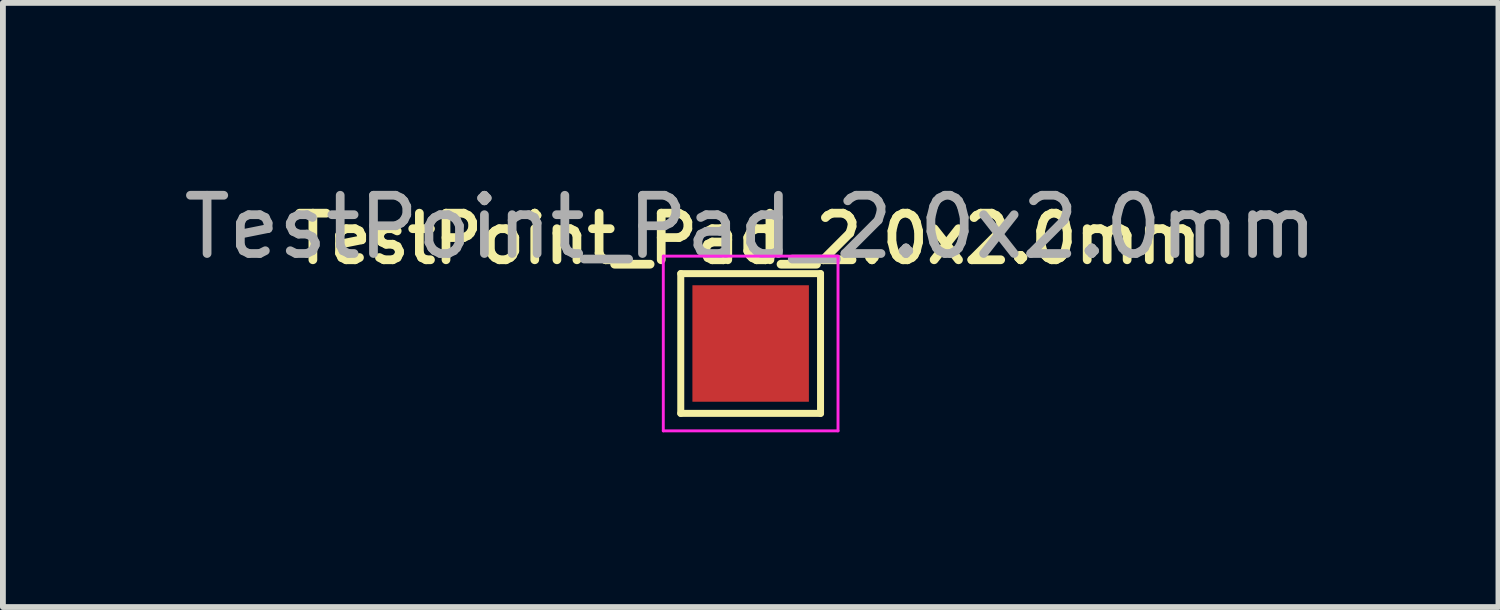
<source format=kicad_pcb>
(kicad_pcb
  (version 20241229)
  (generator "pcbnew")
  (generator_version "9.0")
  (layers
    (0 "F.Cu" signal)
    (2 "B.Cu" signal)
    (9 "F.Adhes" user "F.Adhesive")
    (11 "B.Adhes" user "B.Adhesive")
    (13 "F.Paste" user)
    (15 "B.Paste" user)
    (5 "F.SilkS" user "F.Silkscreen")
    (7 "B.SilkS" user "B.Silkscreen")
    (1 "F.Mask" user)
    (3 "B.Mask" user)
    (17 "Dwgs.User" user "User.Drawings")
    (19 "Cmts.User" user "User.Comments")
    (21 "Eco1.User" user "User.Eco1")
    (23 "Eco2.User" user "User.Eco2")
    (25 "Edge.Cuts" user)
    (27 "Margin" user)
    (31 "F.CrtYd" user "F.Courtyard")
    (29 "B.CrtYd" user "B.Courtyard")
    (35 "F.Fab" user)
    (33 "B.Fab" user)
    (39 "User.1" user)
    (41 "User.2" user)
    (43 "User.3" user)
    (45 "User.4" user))
  (footprint "TestPoint_Pad_2.0x2.0mm"
    (layer "F.Cu")
    (at 9.839 2.848)
    (property "Reference" "TestPoint_Pad_2.0x2.0mm" (at -0.05 -1.8 0) (layer "F.SilkS") (effects (font (size 0.8 0.8) (thickness 0.15))))
    (attr exclude_from_pos_files)
    (fp_line (start -1.2 -1.2) (end 1.2 -1.2) (stroke (width 0.12) (type solid)) (layer "F.SilkS"))
    (fp_line (start -1.2 1.2) (end -1.2 -1.2) (stroke (width 0.12) (type solid)) (layer "F.SilkS"))
    (fp_line (start 1.2 -1.2) (end 1.2 1.2) (stroke (width 0.12) (type solid)) (layer "F.SilkS"))
    (fp_line (start 1.2 1.2) (end -1.2 1.2) (stroke (width 0.12) (type solid)) (layer "F.SilkS"))
    (fp_line (start -1.5 -1.5) (end -1.5 1.5) (stroke (width 0.05) (type solid)) (layer "F.CrtYd"))
    (fp_line (start -1.5 -1.5) (end 1.5 -1.5) (stroke (width 0.05) (type solid)) (layer "F.CrtYd"))
    (fp_line (start 1.5 1.5) (end -1.5 1.5) (stroke (width 0.05) (type solid)) (layer "F.CrtYd"))
    (fp_line (start 1.5 1.5) (end 1.5 -1.5) (stroke (width 0.05) (type solid)) (layer "F.CrtYd"))
    (fp_text user "${REFERENCE}" (at 0 -2 0) (layer "F.Fab") (effects (font (size 1 1) (thickness 0.15))))
    (pad "1" smd rect (at 0 0) (size 2 2) (layers "F.Cu" "F.Mask")))
  (gr_rect
    (start -3 -3)
    (end 22.679 7.373)
    (stroke (width 0.1) (type default))
    (fill no)
    (layer "Edge.Cuts")))
</source>
